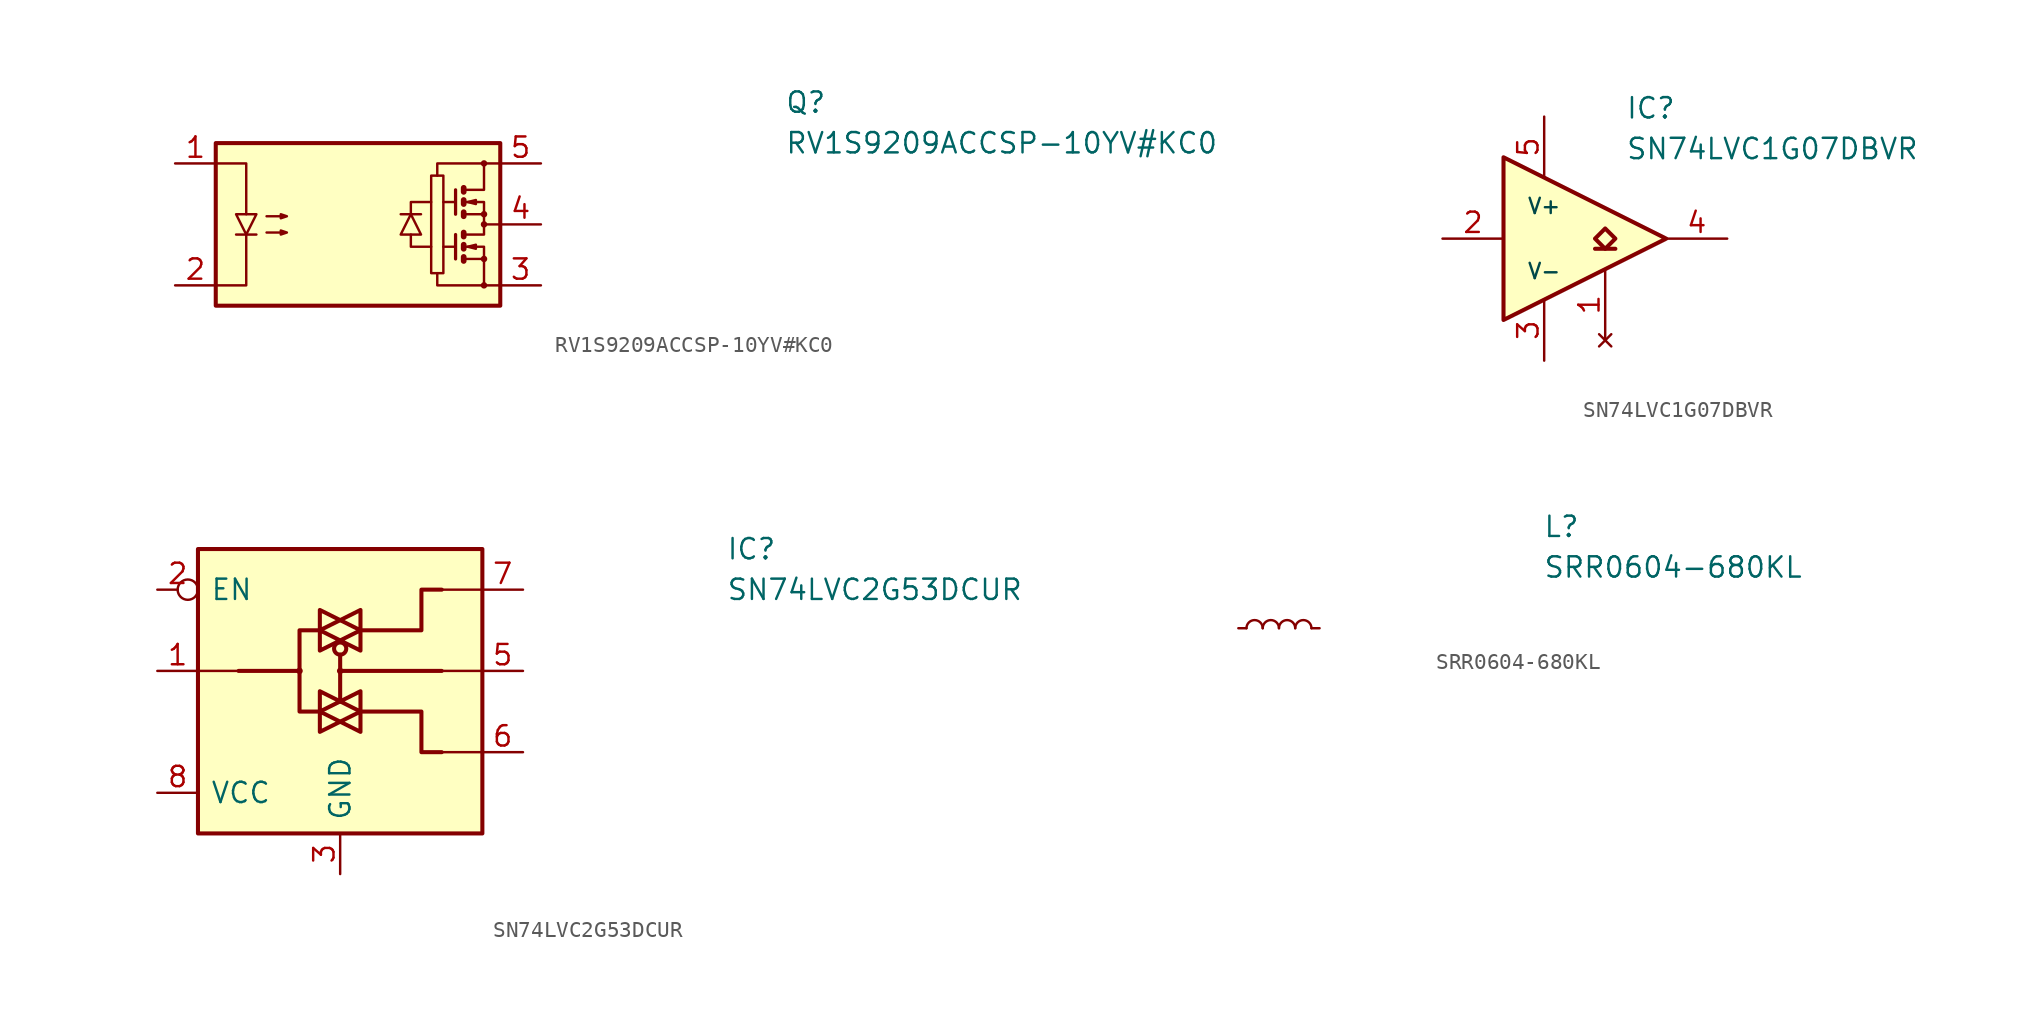
<source format=kicad_sym>
(kicad_symbol_lib
  (version 20220914)
  (generator kicad_symbol_editor)
  (symbol "RV1S9209ACCSP-10YV#KC0"
    (pin_names
      (offset 0.762))
    (property "Reference" "Q"
      (at 26.67 7.62 0)
      (effects (font (size 1.27 1.27)) (justify left)))
    (property "Value" "RV1S9209ACCSP-10YV#KC0"
      (at 26.67 5.08 0)
      (effects (font (size 1.27 1.27)) (justify left)))
    (symbol "RV1S9209ACCSP-10YV#KC0_0_1"
      (rectangle (start -8.89 5.08) (end 8.89 -5.08) (stroke (width 0.254) (type default)) (fill (type background)))
      (polyline (pts (xy -7.62 -0.635) (xy -6.35 -0.635)) (stroke (width 0) (type default)) (fill (type none)))
      (polyline (pts (xy 3.937 0.635) (xy 2.667 0.635)) (stroke (width 0) (type default)) (fill (type none)))
      (polyline (pts (xy 6.096 -1.397) (xy 5.334 -1.397)) (stroke (width 0) (type default)) (fill (type none)))
      (polyline (pts (xy 6.096 -0.635) (xy 6.096 -2.159)) (stroke (width 0.203) (type default)) (fill (type none)))
      (polyline (pts (xy 6.096 1.397) (xy 5.334 1.397)) (stroke (width 0) (type default)) (fill (type none)))
      (polyline (pts (xy 6.096 2.159) (xy 6.096 0.635)) (stroke (width 0.203) (type default)) (fill (type none)))
      (polyline (pts (xy 6.604 -0.508) (xy 6.604 -0.762)) (stroke (width 0.356) (type default)) (fill (type none)))
      (polyline (pts (xy 8.89 0) (xy 7.874 0)) (stroke (width 0) (type default)) (fill (type none)))
      (polyline (pts (xy -8.89 -3.81) (xy -6.985 -3.81) (xy -6.985 -0.635)) (stroke (width 0) (type default)) (fill (type none)))
      (polyline (pts (xy -8.89 3.81) (xy -6.985 3.81) (xy -6.985 0.635)) (stroke (width 0) (type default)) (fill (type none)))
      (polyline (pts (xy 3.302 -0.635) (xy 3.302 -1.397) (xy 4.572 -1.397)) (stroke (width 0) (type default)) (fill (type none)))
      (polyline (pts (xy 3.302 0.635) (xy 3.302 1.397) (xy 4.572 1.397)) (stroke (width 0) (type default)) (fill (type none)))
      (polyline (pts (xy 6.604 -2.032) (xy 6.604 -2.286) (xy 6.604 -2.286)) (stroke (width 0.356) (type default)) (fill (type none)))
      (polyline (pts (xy 6.604 -1.27) (xy 6.604 -1.524) (xy 6.604 -1.524)) (stroke (width 0.356) (type default)) (fill (type none)))
      (polyline (pts (xy 6.604 0.762) (xy 6.604 0.508) (xy 6.604 0.508)) (stroke (width 0.356) (type default)) (fill (type none)))
      (polyline (pts (xy 6.604 1.524) (xy 6.604 1.27) (xy 6.604 1.27)) (stroke (width 0.356) (type default)) (fill (type none)))
      (polyline (pts (xy 6.604 2.286) (xy 6.604 2.032) (xy 6.604 2.032)) (stroke (width 0.356) (type default)) (fill (type none)))
      (polyline (pts (xy 6.731 -1.397) (xy 7.874 -1.397) (xy 7.874 -2.159)) (stroke (width 0) (type default)) (fill (type none)))
      (polyline (pts (xy 6.731 1.397) (xy 7.874 1.397) (xy 7.874 0.635)) (stroke (width 0) (type default)) (fill (type none)))
      (polyline (pts (xy 7.874 -3.81) (xy 4.953 -3.81) (xy 4.953 -3.048)) (stroke (width 0) (type default)) (fill (type none)))
      (polyline (pts (xy 7.874 3.81) (xy 4.953 3.81) (xy 4.953 3.048)) (stroke (width 0) (type default)) (fill (type none)))
      (polyline (pts (xy -6.985 -0.635) (xy -7.62 0.635) (xy -6.35 0.635) (xy -6.985 -0.635)) (stroke (width 0) (type default)) (fill (type none)))
      (polyline (pts (xy 3.302 0.635) (xy 3.937 -0.635) (xy 2.667 -0.635) (xy 3.302 0.635)) (stroke (width 0) (type default)) (fill (type none)))
      (polyline (pts (xy 6.731 -2.159) (xy 7.874 -2.159) (xy 7.874 -3.81) (xy 8.89 -3.81)) (stroke (width 0) (type default)) (fill (type none)))
      (polyline (pts (xy 6.731 -0.635) (xy 7.874 -0.635) (xy 7.874 0.635) (xy 6.731 0.635)) (stroke (width 0) (type default)) (fill (type none)))
      (polyline (pts (xy 6.731 2.159) (xy 7.874 2.159) (xy 7.874 3.81) (xy 8.89 3.81)) (stroke (width 0) (type default)) (fill (type none)))
      (polyline (pts (xy 6.858 -1.397) (xy 7.366 -1.27) (xy 7.366 -1.524) (xy 6.858 -1.397)) (stroke (width 0) (type default)) (fill (type none)))
      (polyline (pts (xy 6.858 1.397) (xy 7.366 1.524) (xy 7.366 1.27) (xy 6.858 1.397)) (stroke (width 0) (type default)) (fill (type none)))
      (polyline (pts (xy -5.715 -0.508) (xy -4.445 -0.508) (xy -4.826 -0.635) (xy -4.826 -0.381) (xy -4.445 -0.508)) (stroke (width 0) (type default)) (fill (type none)))
      (polyline (pts (xy -5.715 0.508) (xy -4.445 0.508) (xy -4.826 0.381) (xy -4.826 0.635) (xy -4.445 0.508)) (stroke (width 0) (type default)) (fill (type none)))
      (polyline (pts (xy 5.334 3.048) (xy 4.572 3.048) (xy 4.572 -3.048) (xy 5.334 -3.048) (xy 5.334 3.048)) (stroke (width 0) (type default)) (fill (type none)))
      (circle (center 7.874 -3.81) (radius 0.127) (stroke (width 0) (type default)) (fill (type none)))
      (circle (center 7.874 -2.159) (radius 0.127) (stroke (width 0) (type default)) (fill (type none)))
      (circle (center 7.874 0) (radius 0.127) (stroke (width 0) (type default)) (fill (type none)))
      (circle (center 7.874 0.635) (radius 0.127) (stroke (width 0) (type default)) (fill (type none)))
      (circle (center 7.874 3.81) (radius 0.127) (stroke (width 0) (type default)) (fill (type none))))
    (symbol "RV1S9209ACCSP-10YV#KC0_1_1"
      (pin passive line (at -11.43 3.81 0) (length 2.54) (name "~" (effects (font (size 1.27 1.27)))) (number "1" (effects (font (size 1.27 1.27)))))
      (pin passive line (at -11.43 -3.81 0) (length 2.54) (name "~" (effects (font (size 1.27 1.27)))) (number "2" (effects (font (size 1.27 1.27)))))
      (pin passive line (at 11.43 -3.81 180) (length 2.54) (name "~" (effects (font (size 1.27 1.27)))) (number "3" (effects (font (size 1.27 1.27)))))
      (pin passive line (at 11.43 0 180) (length 2.54) (name "~" (effects (font (size 1.27 1.27)))) (number "4" (effects (font (size 1.27 1.27)))))
      (pin passive line (at 11.43 3.81 180) (length 2.54) (name "~" (effects (font (size 1.27 1.27)))) (number "5" (effects (font (size 1.27 1.27)))))))
  (symbol "SN74LVC1G07DBVR"
    (property "Reference" "IC"
      (at 3.81 8.89 0)
      (effects (font (size 1.27 1.27)) (justify left top)))
    (property "Value" "SN74LVC1G07DBVR"
      (at 3.81 6.35 0)
      (effects (font (size 1.27 1.27)) (justify left top)))
    (symbol "SN74LVC1G07DBVR_0_1"
      (polyline (pts (xy -3.81 5.08) (xy 6.35 0) (xy -3.81 -5.08) (xy -3.81 5.08)) (stroke (width 0.254) (type default)) (fill (type background))))
    (symbol "SN74LVC1G07DBVR_1_1"
      (polyline (pts (xy 1.905 -0.635) (xy 3.175 -0.635)) (stroke (width 0.254) (type default)) (fill (type background)))
      (polyline (pts (xy 2.54 0.635) (xy 1.905 0) (xy 2.54 -0.635) (xy 3.175 0) (xy 2.54 0.635)) (stroke (width 0.254) (type default)) (fill (type background)))
      (text "V+" (at -1.27 2.032 0) (effects (font (size 0.953 0.953) (color 0 72 72 1))))
      (text "V-" (at -1.27 -2.032 0) (effects (font (size 0.953 0.953) (color 0 72 72 1))))
      (pin no_connect line (at 2.54 -6.35 90) (length 4.445) (name "~" (effects (font (size 1.27 1.27)))) (number "1" (effects (font (size 1.27 1.27)))))
      (pin input line (at -7.62 0 0) (length 3.81) (name "~" (effects (font (size 1.27 1.27)))) (number "2" (effects (font (size 1.27 1.27)))))
      (pin power_in line (at -1.27 -7.62 90) (length 3.81) (name "~" (effects (font (size 1.27 1.27)))) (number "3" (effects (font (size 1.27 1.27)))))
      (pin open_collector line (at 10.16 0 180) (length 3.81) (name "~" (effects (font (size 1.27 1.27)))) (number "4" (effects (font (size 1.27 1.27)))))
      (pin power_in line (at -1.27 7.62 270) (length 3.81) (name "~" (effects (font (size 1.27 1.27)))) (number "5" (effects (font (size 1.27 1.27)))))))
  (symbol "SN74LVC2G53DCUR"
    (pin_names
      (offset 0.762))
    (property "Reference" "IC"
      (at 24.13 7.62 0)
      (effects (font (size 1.27 1.27)) (justify left)))
    (property "Value" "SN74LVC2G53DCUR"
      (at 24.13 5.08 0)
      (effects (font (size 1.27 1.27)) (justify left)))
    (symbol "SN74LVC2G53DCUR_0_0"
      (pin passive line (at -11.43 -7.62 0) (length 2.54) (name "VCC" (effects (font (size 1.27 1.27)))) (number "8" (effects (font (size 1.27 1.27))))))
    (symbol "SN74LVC2G53DCUR_1_0"
      (pin passive line (at -11.43 0 0) (length 2.54) (name "~" (effects (font (size 1.27 1.27)))) (number "1" (effects (font (size 1.27 1.27)))))
      (pin passive inverted (at -11.43 5.08 0) (length 2.54) (name "EN" (effects (font (size 1.27 1.27)))) (number "2" (effects (font (size 1.27 1.27)))))
      (pin passive line (at 0 -12.7 90) (length 2.54) (name "GND" (effects (font (size 1.27 1.27)))) (number "3" (effects (font (size 1.27 1.27)))))
      (pin passive line (at 0 -12.7 90) (length 2.54) hide (name "GND" (effects (font (size 1.27 1.27)))) (number "4" (effects (font (size 1.27 1.27)))))
      (pin passive line (at 11.43 0 180) (length 2.54) (name "~" (effects (font (size 1.27 1.27)))) (number "5" (effects (font (size 1.27 1.27)))))
      (pin passive line (at 11.43 -5.08 180) (length 2.54) (name "~" (effects (font (size 1.27 1.27)))) (number "6" (effects (font (size 1.27 1.27)))))
      (pin passive line (at 11.43 5.08 180) (length 2.54) (name "~" (effects (font (size 1.27 1.27)))) (number "7" (effects (font (size 1.27 1.27))))))
    (symbol "SN74LVC2G53DCUR_1_1"
      (circle (center -2.54 0) (radius 0.127) (stroke (width 0) (type default)) (fill (type none)))
      (polyline (pts (xy -6.35 0) (xy -8.89 0)) (stroke (width 0) (type default)) (fill (type none)))
      (polyline (pts (xy -2.54 0) (xy -6.35 0)) (stroke (width 0.254) (type default)) (fill (type background)))
      (polyline (pts (xy 0 0) (xy 6.35 0)) (stroke (width 0.254) (type default)) (fill (type background)))
      (polyline (pts (xy 6.35 0) (xy 8.89 0)) (stroke (width 0) (type default)) (fill (type none)))
      (polyline (pts (xy 8.89 -5.08) (xy 6.35 -5.08)) (stroke (width 0) (type default)) (fill (type none)))
      (polyline (pts (xy 8.89 5.08) (xy 6.35 5.08)) (stroke (width 0) (type default)) (fill (type none)))
      (polyline (pts (xy 0 1.016) (xy 0 0) (xy 0 -1.905)) (stroke (width 0.254) (type default)) (fill (type background)))
      (polyline (pts (xy -1.27 -2.54) (xy 0 -3.175) (xy -1.27 -3.81) (xy -1.27 -2.54)) (stroke (width 0.254) (type default)) (fill (type background)))
      (polyline (pts (xy -1.27 -1.27) (xy -1.27 -2.54) (xy 0 -1.905) (xy -1.27 -1.27)) (stroke (width 0.254) (type default)) (fill (type background)))
      (polyline (pts (xy -1.27 2.54) (xy -2.54 2.54) (xy -2.54 -2.54) (xy -1.27 -2.54)) (stroke (width 0.254) (type default)) (fill (type background)))
      (polyline (pts (xy -1.27 2.54) (xy 0 1.905) (xy -1.27 1.27) (xy -1.27 2.54)) (stroke (width 0.254) (type default)) (fill (type background)))
      (polyline (pts (xy -1.27 3.81) (xy 0 3.175) (xy -1.27 2.54) (xy -1.27 3.81)) (stroke (width 0.254) (type default)) (fill (type background)))
      (polyline (pts (xy 1.27 -2.54) (xy 0 -3.175) (xy 1.27 -3.81) (xy 1.27 -2.54)) (stroke (width 0.254) (type default)) (fill (type background)))
      (polyline (pts (xy 1.27 -2.54) (xy 5.08 -2.54) (xy 5.08 -5.08) (xy 6.35 -5.08)) (stroke (width 0.254) (type default)) (fill (type background)))
      (polyline (pts (xy 1.27 -1.27) (xy 1.27 -2.54) (xy 0 -1.905) (xy 1.27 -1.27)) (stroke (width 0.254) (type default)) (fill (type background)))
      (polyline (pts (xy 1.27 2.54) (xy 1.27 1.27) (xy 0 1.905) (xy 1.27 2.54)) (stroke (width 0.254) (type default)) (fill (type background)))
      (polyline (pts (xy 1.27 2.54) (xy 1.27 3.81) (xy 0 3.175) (xy 1.27 2.54)) (stroke (width 0.254) (type default)) (fill (type background)))
      (polyline (pts (xy 1.27 2.54) (xy 5.08 2.54) (xy 5.08 5.08) (xy 6.35 5.08)) (stroke (width 0.254) (type default)) (fill (type background)))
      (polyline (pts (xy -8.89 7.62) (xy 8.89 7.62) (xy 8.89 -10.16) (xy -8.89 -10.16) (xy -8.89 7.62)) (stroke (width 0.254) (type solid)) (fill (type background)))
      (circle (center 0 0) (radius 0.127) (stroke (width 0) (type default)) (fill (type none)))
      (circle (center 0 1.397) (radius 0.381) (stroke (width 0.254) (type default)) (fill (type none)))))
  (symbol "SRR0604-680KL"
    (pin_numbers hide)
    (pin_names
      (offset 0) hide)
    (property "Reference" "L"
      (at 16.51 6.35 0)
      (effects (font (size 1.27 1.27)) (justify left)))
    (property "Value" "SRR0604-680KL"
      (at 16.51 3.81 0)
      (effects (font (size 1.27 1.27)) (justify left)))
    (symbol "SRR0604-680KL_0_1"
      (arc (start -1.016 0) (mid -1.524 0.5058) (end -2.032 0) (stroke (width 0) (type default)) (fill (type none)))
      (arc (start 0 0) (mid -0.508 0.5058) (end -1.016 0) (stroke (width 0) (type default)) (fill (type none)))
      (arc (start 1.016 0) (mid 0.508 0.5058) (end 0 0) (stroke (width 0) (type default)) (fill (type none)))
      (arc (start 2.032 0) (mid 1.524 0.5058) (end 1.016 0) (stroke (width 0) (type default)) (fill (type none))))
    (symbol "SRR0604-680KL_1_1"
      (pin passive line (at -2.54 0 0) (length 0.508) (name "~" (effects (font (size 1.27 1.27)))) (number "1" (effects (font (size 1.27 1.27)))))
      (pin passive line (at 2.54 0 180) (length 0.508) (name "~" (effects (font (size 1.27 1.27)))) (number "2" (effects (font (size 1.27 1.27))))))))
</source>
